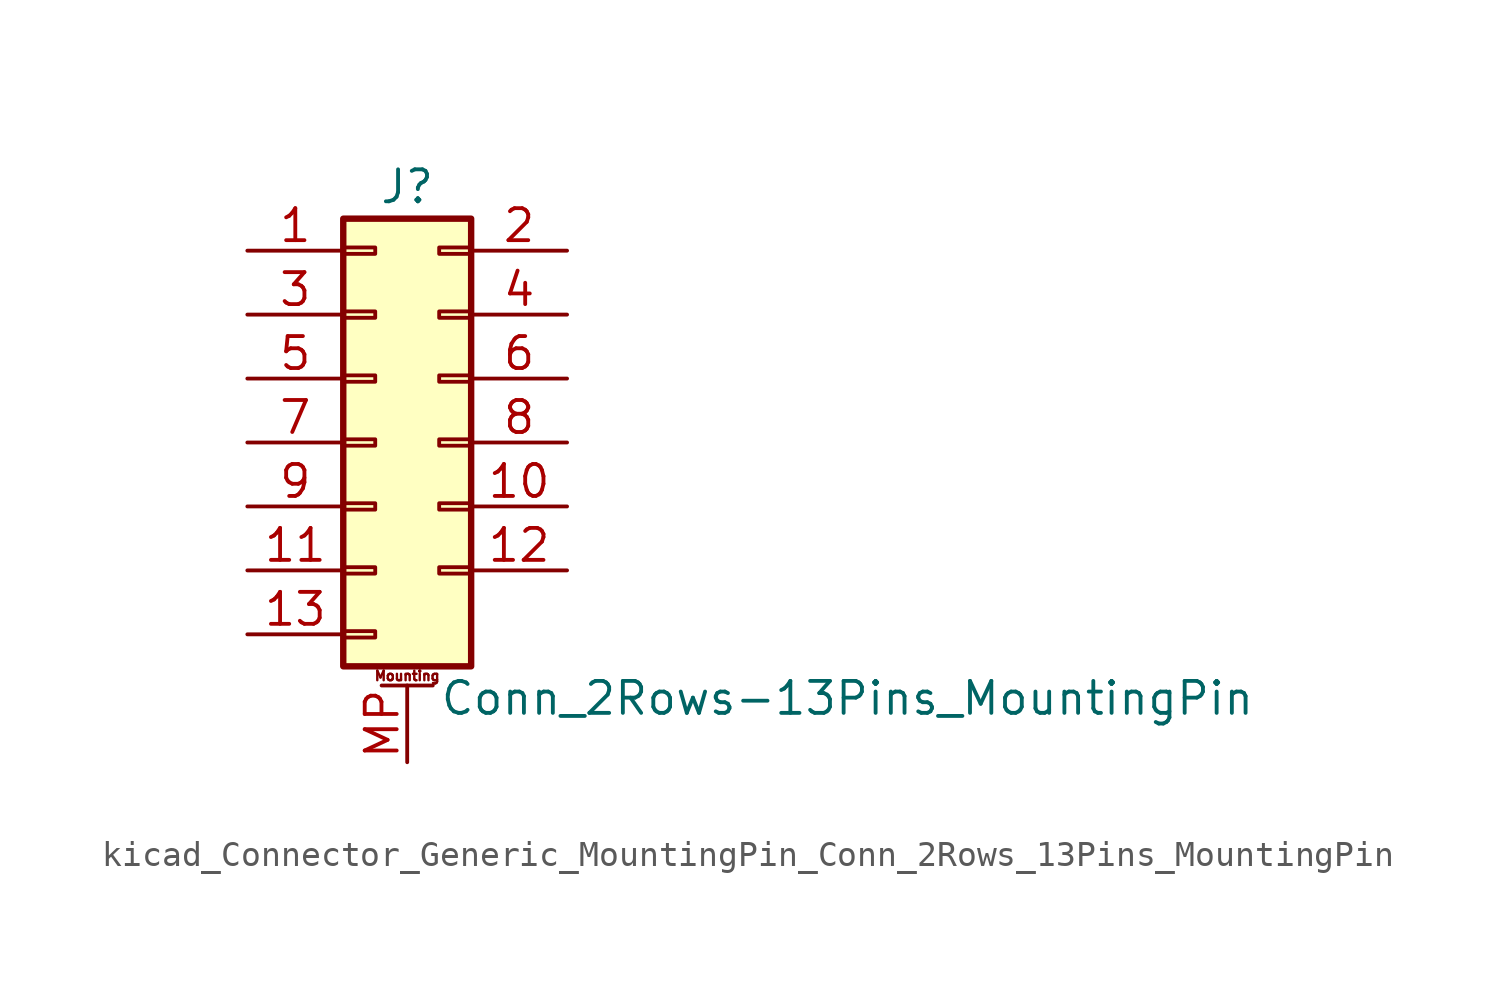
<source format=kicad_sym>
(kicad_symbol_lib
  (version 20220914)
  (generator kicad_symbol_editor)
  (symbol "kicad_Connector_Generic_MountingPin_Conn_2Rows_13Pins_MountingPin"
    (pin_names
      (offset 1.016) hide)
    (property "Reference" "J"
      (at 1.27 10.16 0)
      (effects (font (size 1.27 1.27))))
    (property "Value" "Conn_2Rows-13Pins_MountingPin"
      (at 2.54 -10.16 0)
      (effects (font (size 1.27 1.27)) (justify left)))
    (symbol "kicad_Connector_Generic_MountingPin_Conn_2Rows_13Pins_MountingPin_1_1"
      (rectangle (start -1.27 -7.493) (end 0 -7.747) (stroke (width 0.152) (type default)) (fill (type none)))
      (rectangle (start -1.27 -4.953) (end 0 -5.207) (stroke (width 0.152) (type default)) (fill (type none)))
      (rectangle (start -1.27 -2.413) (end 0 -2.667) (stroke (width 0.152) (type default)) (fill (type none)))
      (rectangle (start -1.27 0.127) (end 0 -0.127) (stroke (width 0.152) (type default)) (fill (type none)))
      (rectangle (start -1.27 2.667) (end 0 2.413) (stroke (width 0.152) (type default)) (fill (type none)))
      (rectangle (start -1.27 5.207) (end 0 4.953) (stroke (width 0.152) (type default)) (fill (type none)))
      (rectangle (start -1.27 7.747) (end 0 7.493) (stroke (width 0.152) (type default)) (fill (type none)))
      (rectangle (start -1.27 8.89) (end 3.81 -8.89) (stroke (width 0.254) (type default)) (fill (type background)))
      (polyline (pts (xy 0.254 -9.652) (xy 2.286 -9.652)) (stroke (width 0.152) (type default)) (fill (type none)))
      (rectangle (start 3.81 -4.953) (end 2.54 -5.207) (stroke (width 0.152) (type default)) (fill (type none)))
      (rectangle (start 3.81 -2.413) (end 2.54 -2.667) (stroke (width 0.152) (type default)) (fill (type none)))
      (rectangle (start 3.81 0.127) (end 2.54 -0.127) (stroke (width 0.152) (type default)) (fill (type none)))
      (rectangle (start 3.81 2.667) (end 2.54 2.413) (stroke (width 0.152) (type default)) (fill (type none)))
      (rectangle (start 3.81 5.207) (end 2.54 4.953) (stroke (width 0.152) (type default)) (fill (type none)))
      (rectangle (start 3.81 7.747) (end 2.54 7.493) (stroke (width 0.152) (type default)) (fill (type none)))
      (text "Mounting" (at 1.27 -9.271 0) (effects (font (size 0.381 0.381))))
      (pin passive line (at -5.08 7.62 0) (length 3.81) (name "Pin_1" (effects (font (size 1.27 1.27)))) (number "1" (effects (font (size 1.27 1.27)))))
      (pin passive line (at 7.62 -2.54 180) (length 3.81) (name "Pin_10" (effects (font (size 1.27 1.27)))) (number "10" (effects (font (size 1.27 1.27)))))
      (pin passive line (at -5.08 -5.08 0) (length 3.81) (name "Pin_11" (effects (font (size 1.27 1.27)))) (number "11" (effects (font (size 1.27 1.27)))))
      (pin passive line (at 7.62 -5.08 180) (length 3.81) (name "Pin_12" (effects (font (size 1.27 1.27)))) (number "12" (effects (font (size 1.27 1.27)))))
      (pin passive line (at -5.08 -7.62 0) (length 3.81) (name "Pin_13" (effects (font (size 1.27 1.27)))) (number "13" (effects (font (size 1.27 1.27)))))
      (pin passive line (at 7.62 7.62 180) (length 3.81) (name "Pin_2" (effects (font (size 1.27 1.27)))) (number "2" (effects (font (size 1.27 1.27)))))
      (pin passive line (at -5.08 5.08 0) (length 3.81) (name "Pin_3" (effects (font (size 1.27 1.27)))) (number "3" (effects (font (size 1.27 1.27)))))
      (pin passive line (at 7.62 5.08 180) (length 3.81) (name "Pin_4" (effects (font (size 1.27 1.27)))) (number "4" (effects (font (size 1.27 1.27)))))
      (pin passive line (at -5.08 2.54 0) (length 3.81) (name "Pin_5" (effects (font (size 1.27 1.27)))) (number "5" (effects (font (size 1.27 1.27)))))
      (pin passive line (at 7.62 2.54 180) (length 3.81) (name "Pin_6" (effects (font (size 1.27 1.27)))) (number "6" (effects (font (size 1.27 1.27)))))
      (pin passive line (at -5.08 0 0) (length 3.81) (name "Pin_7" (effects (font (size 1.27 1.27)))) (number "7" (effects (font (size 1.27 1.27)))))
      (pin passive line (at 7.62 0 180) (length 3.81) (name "Pin_8" (effects (font (size 1.27 1.27)))) (number "8" (effects (font (size 1.27 1.27)))))
      (pin passive line (at -5.08 -2.54 0) (length 3.81) (name "Pin_9" (effects (font (size 1.27 1.27)))) (number "9" (effects (font (size 1.27 1.27)))))
      (pin passive line (at 1.27 -12.7 90) (length 3.048) (name "MountPin" (effects (font (size 1.27 1.27)))) (number "MP" (effects (font (size 1.27 1.27))))))))
</source>
